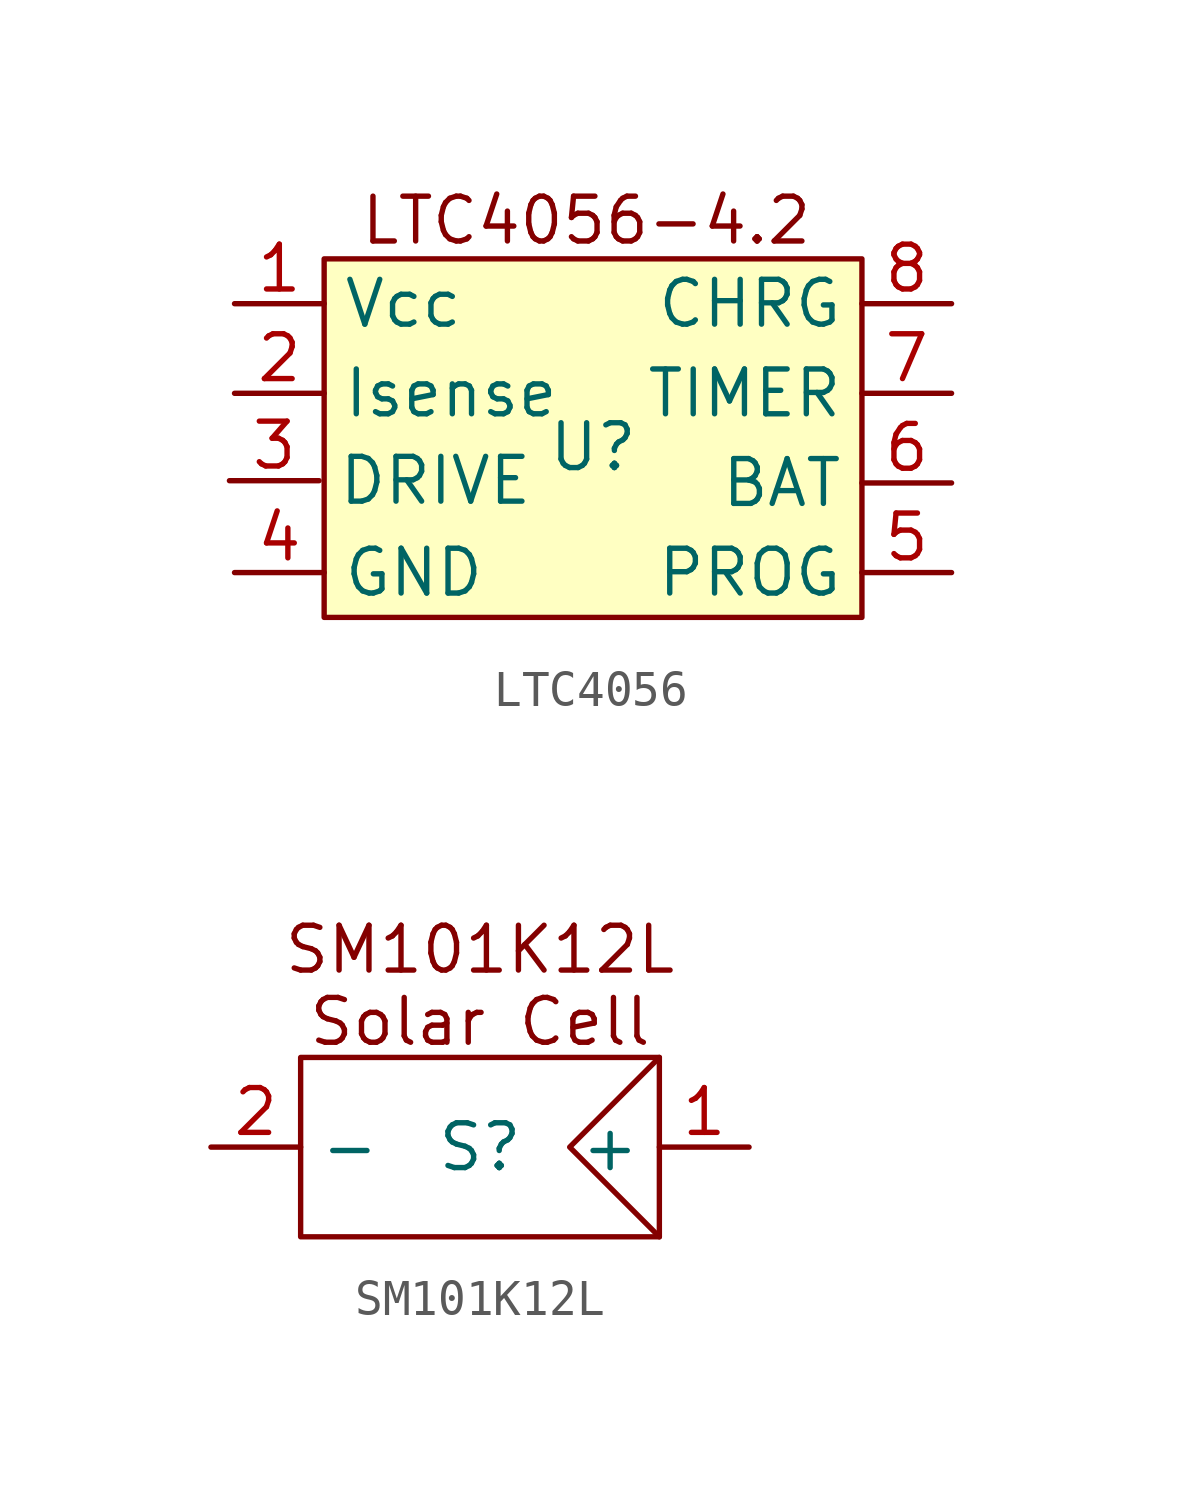
<source format=kicad_sym>
(kicad_symbol_lib
  (version 20231120)
  (generator "kicad_symbol_editor")
  (generator_version "8.0")
  (symbol "LTC4056"
    (property "Reference" "U"
      (at 0.144 -0.318 0)
      (effects (font (size 1.27 1.27))))
    (property "Value" ""
      (at 1.414 -2.604 0)
      (effects (font (size 1.27 1.27))))
    (symbol "LTC4056_1_1"
      (rectangle (start -7.476 5.016) (end 7.764 -5.144) (stroke (width 0) (type default)) (fill (type background)))
      (text "LTC4056-4.2\n" (at -0.045 6.103 0) (effects (font (size 1.27 1.27))))
      (pin input line (at -10.016 3.746 0) (length 2.54) (name "Vcc" (effects (font (size 1.27 1.27)))) (number "1" (effects (font (size 1.27 1.27)))))
      (pin input line (at -10.016 1.206 0) (length 2.54) (name "Isense" (effects (font (size 1.27 1.27)))) (number "2" (effects (font (size 1.27 1.27)))))
      (pin input line (at -10.16 -1.27 0) (length 2.54) (name "DRIVE" (effects (font (size 1.27 1.27)))) (number "3" (effects (font (size 1.27 1.27)))))
      (pin input line (at -10.016 -3.874 0) (length 2.54) (name "GND" (effects (font (size 1.27 1.27)))) (number "4" (effects (font (size 1.27 1.27)))))
      (pin input line (at 10.304 -3.874 180) (length 2.54) (name "PROG" (effects (font (size 1.27 1.27)))) (number "5" (effects (font (size 1.27 1.27)))))
      (pin input line (at 10.304 -1.334 180) (length 2.54) (name "BAT" (effects (font (size 1.27 1.27)))) (number "6" (effects (font (size 1.27 1.27)))))
      (pin input line (at 10.304 1.206 180) (length 2.54) (name "TIMER" (effects (font (size 1.27 1.27)))) (number "7" (effects (font (size 1.27 1.27)))))
      (pin input line (at 10.304 3.746 180) (length 2.54) (name "CHRG" (effects (font (size 1.27 1.27)))) (number "8" (effects (font (size 1.27 1.27)))))))
  (symbol "SM101K12L"
    (property "Reference" "S"
      (at 0 0 0)
      (effects (font (size 1.27 1.27))))
    (property "Value" ""
      (at 0 0 90)
      (effects (font (size 1.27 1.27))))
    (symbol "SM101K12L_0_1"
      (polyline (pts (xy 5.08 2.54) (xy 2.54 0) (xy 5.08 -2.54)) (stroke (width 0) (type default)) (fill (type none)))
      (rectangle (start 5.08 2.54) (end -5.08 -2.54) (stroke (width 0) (type default)) (fill (type none))))
    (symbol "SM101K12L_1_1"
      (text "SM101K12L\nSolar Cell\n" (at 0 4.572 0) (effects (font (size 1.27 1.27))))
      (pin passive line (at 7.62 0 180) (length 2.54) (name "+" (effects (font (size 1.27 1.27)))) (number "1" (effects (font (size 1.27 1.27)))))
      (pin passive line (at -7.62 0 0) (length 2.54) (name "-" (effects (font (size 1.27 1.27)))) (number "2" (effects (font (size 1.27 1.27))))))))
</source>
